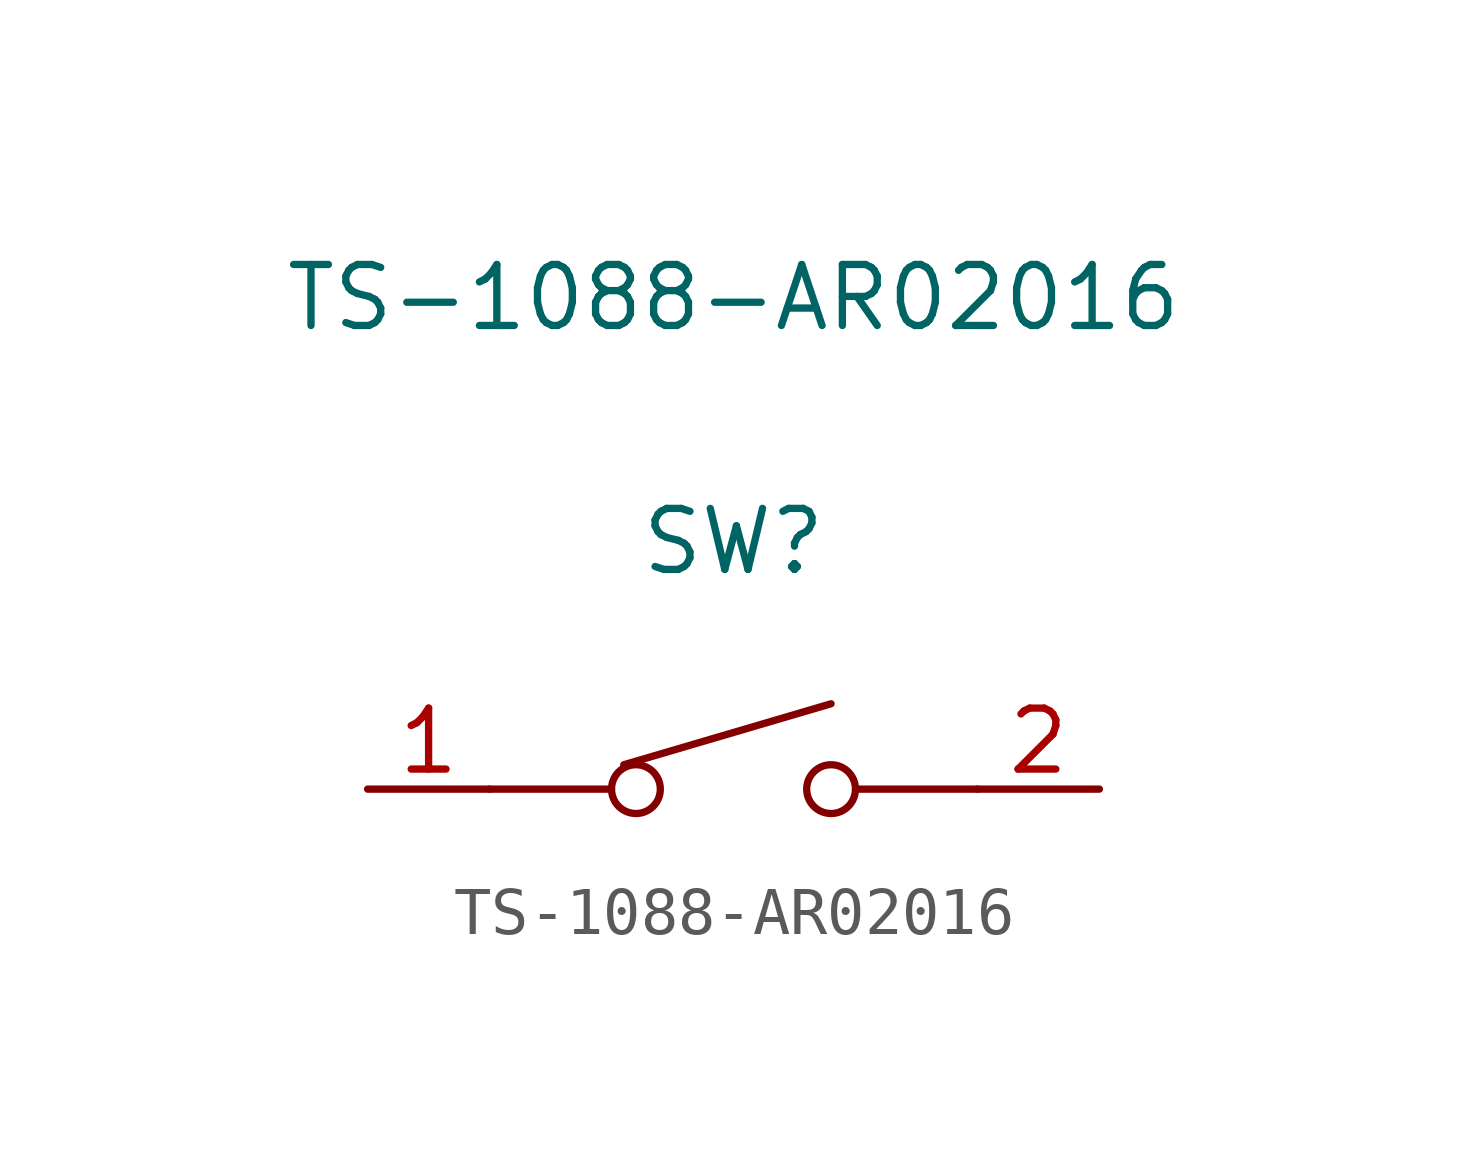
<source format=kicad_sym>
(kicad_symbol_lib
  (version 20231120)
  (generator "kicad_symbol_editor")
  (generator_version "8.0")
  (symbol "TS-1088-AR02016"
    (pin_names
      (offset 1.016) hide)
    (property "Reference" "SW"
      (at 0 5.156 0)
      (effects (font (size 1.27 1.27))))
    (property "Value" "TS-1088-AR02016"
      (at 0 10.236 0)
      (effects (font (size 1.27 1.27))))
    (symbol "TS-1088-AR02016_1_1"
      (circle (center -2.032 0) (radius 0.508) (stroke (width 0.152) (type solid)) (fill (type none)))
      (polyline (pts (xy -5.08 0) (xy -2.54 0)) (stroke (width 0.152) (type solid)) (fill (type none)))
      (polyline (pts (xy -2.286 0.508) (xy 2.032 1.778)) (stroke (width 0.152) (type solid)) (fill (type none)))
      (polyline (pts (xy 5.08 0) (xy 2.54 0)) (stroke (width 0.152) (type solid)) (fill (type none)))
      (circle (center 2.032 0) (radius 0.508) (stroke (width 0.152) (type solid)) (fill (type none)))
      (pin input line (at -7.62 0 0) (length 2.54) (name "1" (effects (font (size 1.27 1.27)))) (number "1" (effects (font (size 1.27 1.27)))))
      (pin input line (at 7.62 0 180) (length 2.54) (name "2" (effects (font (size 1.27 1.27)))) (number "2" (effects (font (size 1.27 1.27))))))))
</source>
